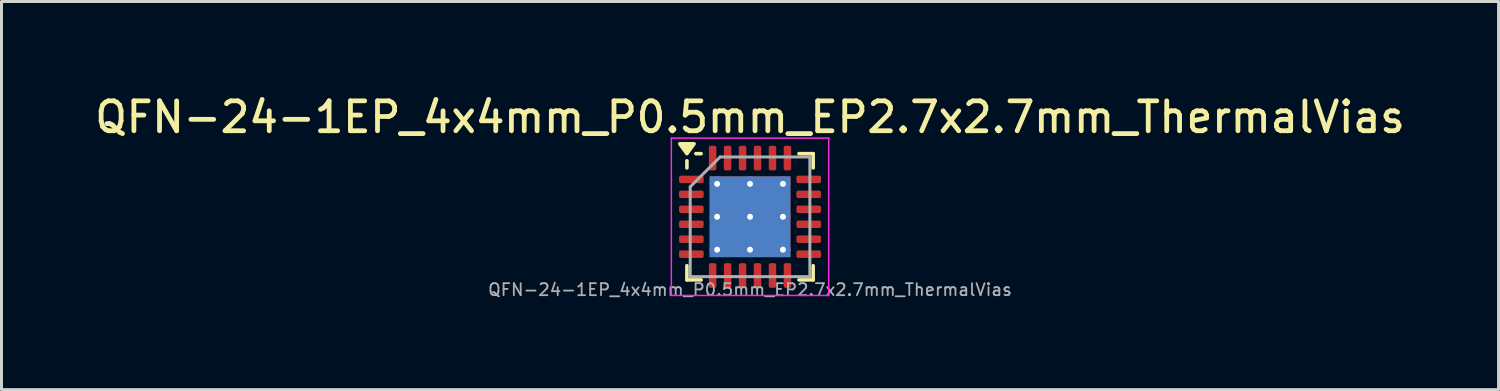
<source format=kicad_pcb>
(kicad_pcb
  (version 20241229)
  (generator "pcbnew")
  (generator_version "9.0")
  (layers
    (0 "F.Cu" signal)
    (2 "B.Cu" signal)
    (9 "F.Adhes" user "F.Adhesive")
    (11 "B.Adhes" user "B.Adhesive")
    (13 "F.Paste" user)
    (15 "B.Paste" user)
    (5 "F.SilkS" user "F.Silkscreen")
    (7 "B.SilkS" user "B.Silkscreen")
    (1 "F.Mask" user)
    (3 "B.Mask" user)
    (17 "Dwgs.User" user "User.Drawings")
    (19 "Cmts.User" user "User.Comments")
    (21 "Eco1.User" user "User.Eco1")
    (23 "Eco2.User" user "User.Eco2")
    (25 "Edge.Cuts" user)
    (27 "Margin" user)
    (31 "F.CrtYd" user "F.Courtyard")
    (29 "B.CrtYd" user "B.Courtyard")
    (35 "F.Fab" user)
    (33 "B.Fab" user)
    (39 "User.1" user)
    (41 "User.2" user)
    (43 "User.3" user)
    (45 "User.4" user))
  (footprint "QFN-24-1EP_4x4mm_P0.5mm_EP2.7x2.7mm_ThermalVias"
    (layer "F.Cu")
    (at 22.021 4.196)
    (property "Reference" "QFN-24-1EP_4x4mm_P0.5mm_EP2.7x2.7mm_ThermalVias" (at 0 -3.33 0) (layer "F.SilkS") (effects (font (size 1 1) (thickness 0.16))))
    (attr smd)
    (fp_line (start -2.11 -1.635) (end -2.11 -1.87) (stroke (width 0.12) (type solid)) (layer "F.SilkS"))
    (fp_line (start -2.11 2.11) (end -2.11 1.635) (stroke (width 0.12) (type solid)) (layer "F.SilkS"))
    (fp_line (start -1.635 -2.11) (end -1.81 -2.11) (stroke (width 0.12) (type solid)) (layer "F.SilkS"))
    (fp_line (start -1.635 2.11) (end -2.11 2.11) (stroke (width 0.12) (type solid)) (layer "F.SilkS"))
    (fp_line (start 1.635 -2.11) (end 2.11 -2.11) (stroke (width 0.12) (type solid)) (layer "F.SilkS"))
    (fp_line (start 1.635 2.11) (end 2.11 2.11) (stroke (width 0.12) (type solid)) (layer "F.SilkS"))
    (fp_line (start 2.11 -2.11) (end 2.11 -1.635) (stroke (width 0.12) (type solid)) (layer "F.SilkS"))
    (fp_line (start 2.11 2.11) (end 2.11 1.635) (stroke (width 0.12) (type solid)) (layer "F.SilkS"))
    (fp_poly (pts (xy -2.11 -2.11) (xy -2.35 -2.44) (xy -1.87 -2.44) (xy -2.11 -2.11)) (stroke (width 0.12) (type solid)) (fill yes) (layer "F.SilkS"))
    (fp_line (start -2.63 -2.63) (end -2.63 2.63) (stroke (width 0.05) (type solid)) (layer "F.CrtYd"))
    (fp_line (start -2.63 2.63) (end 2.63 2.63) (stroke (width 0.05) (type solid)) (layer "F.CrtYd"))
    (fp_line (start 2.63 -2.63) (end -2.63 -2.63) (stroke (width 0.05) (type solid)) (layer "F.CrtYd"))
    (fp_line (start 2.63 2.63) (end 2.63 -2.63) (stroke (width 0.05) (type solid)) (layer "F.CrtYd"))
    (fp_line (start -2 -1) (end -1 -2) (stroke (width 0.1) (type solid)) (layer "F.Fab"))
    (fp_line (start -2 2) (end -2 -1) (stroke (width 0.1) (type solid)) (layer "F.Fab"))
    (fp_line (start -1 -2) (end 2 -2) (stroke (width 0.1) (type solid)) (layer "F.Fab"))
    (fp_line (start 2 -2) (end 2 2) (stroke (width 0.1) (type solid)) (layer "F.Fab"))
    (fp_line (start 2 2) (end -2 2) (stroke (width 0.1) (type solid)) (layer "F.Fab"))
    (fp_text user "${REFERENCE}" (at 0 2.438 0) (layer "F.Fab") (effects (font (size 0.4 0.4) (thickness 0.06))))
    (pad "" smd roundrect (at -0.675 -0.675) (size 1.17 1.17) (layers "F.Paste") (roundrect_rratio 0.214))
    (pad "" smd roundrect (at -0.675 0.675) (size 1.17 1.17) (layers "F.Paste") (roundrect_rratio 0.214))
    (pad "" smd roundrect (at 0.675 -0.675) (size 1.17 1.17) (layers "F.Paste") (roundrect_rratio 0.214))
    (pad "" smd roundrect (at 0.675 0.675) (size 1.17 1.17) (layers "F.Paste") (roundrect_rratio 0.214))
    (pad "1" smd roundrect (at -1.962 -1.25) (size 0.825 0.25) (layers "F.Cu" "F.Mask" "F.Paste") (roundrect_rratio 0.25))
    (pad "2" smd roundrect (at -1.962 -0.75) (size 0.825 0.25) (layers "F.Cu" "F.Mask" "F.Paste") (roundrect_rratio 0.25))
    (pad "3" smd roundrect (at -1.962 -0.25) (size 0.825 0.25) (layers "F.Cu" "F.Mask" "F.Paste") (roundrect_rratio 0.25))
    (pad "4" smd roundrect (at -1.962 0.25) (size 0.825 0.25) (layers "F.Cu" "F.Mask" "F.Paste") (roundrect_rratio 0.25))
    (pad "5" smd roundrect (at -1.962 0.75) (size 0.825 0.25) (layers "F.Cu" "F.Mask" "F.Paste") (roundrect_rratio 0.25))
    (pad "6" smd roundrect (at -1.962 1.25) (size 0.825 0.25) (layers "F.Cu" "F.Mask" "F.Paste") (roundrect_rratio 0.25))
    (pad "7" smd roundrect (at -1.25 1.962) (size 0.25 0.825) (layers "F.Cu" "F.Mask" "F.Paste") (roundrect_rratio 0.25))
    (pad "8" smd roundrect (at -0.75 1.962) (size 0.25 0.825) (layers "F.Cu" "F.Mask" "F.Paste") (roundrect_rratio 0.25))
    (pad "9" smd roundrect (at -0.25 1.962) (size 0.25 0.825) (layers "F.Cu" "F.Mask" "F.Paste") (roundrect_rratio 0.25))
    (pad "10" smd roundrect (at 0.25 1.962) (size 0.25 0.825) (layers "F.Cu" "F.Mask" "F.Paste") (roundrect_rratio 0.25))
    (pad "11" smd roundrect (at 0.75 1.962) (size 0.25 0.825) (layers "F.Cu" "F.Mask" "F.Paste") (roundrect_rratio 0.25))
    (pad "12" smd roundrect (at 1.25 1.962) (size 0.25 0.825) (layers "F.Cu" "F.Mask" "F.Paste") (roundrect_rratio 0.25))
    (pad "13" smd roundrect (at 1.962 1.25) (size 0.825 0.25) (layers "F.Cu" "F.Mask" "F.Paste") (roundrect_rratio 0.25))
    (pad "14" smd roundrect (at 1.962 0.75) (size 0.825 0.25) (layers "F.Cu" "F.Mask" "F.Paste") (roundrect_rratio 0.25))
    (pad "15" smd roundrect (at 1.962 0.25) (size 0.825 0.25) (layers "F.Cu" "F.Mask" "F.Paste") (roundrect_rratio 0.25))
    (pad "16" smd roundrect (at 1.962 -0.25) (size 0.825 0.25) (layers "F.Cu" "F.Mask" "F.Paste") (roundrect_rratio 0.25))
    (pad "17" smd roundrect (at 1.962 -0.75) (size 0.825 0.25) (layers "F.Cu" "F.Mask" "F.Paste") (roundrect_rratio 0.25))
    (pad "18" smd roundrect (at 1.962 -1.25) (size 0.825 0.25) (layers "F.Cu" "F.Mask" "F.Paste") (roundrect_rratio 0.25))
    (pad "19" smd roundrect (at 1.25 -1.962) (size 0.25 0.825) (layers "F.Cu" "F.Mask" "F.Paste") (roundrect_rratio 0.25))
    (pad "20" smd roundrect (at 0.75 -1.962) (size 0.25 0.825) (layers "F.Cu" "F.Mask" "F.Paste") (roundrect_rratio 0.25))
    (pad "21" smd roundrect (at 0.25 -1.962) (size 0.25 0.825) (layers "F.Cu" "F.Mask" "F.Paste") (roundrect_rratio 0.25))
    (pad "22" smd roundrect (at -0.25 -1.962) (size 0.25 0.825) (layers "F.Cu" "F.Mask" "F.Paste") (roundrect_rratio 0.25))
    (pad "23" smd roundrect (at -0.75 -1.962) (size 0.25 0.825) (layers "F.Cu" "F.Mask" "F.Paste") (roundrect_rratio 0.25))
    (pad "24" smd roundrect (at -1.25 -1.962) (size 0.25 0.825) (layers "F.Cu" "F.Mask" "F.Paste") (roundrect_rratio 0.25))
    (pad "25" thru_hole circle (at -1.1 -1.1) (size 0.5 0.5) (drill 0.2) (property pad_prop_heatsink) (layers "*.Cu"))
    (pad "25" thru_hole circle (at -1.1 0) (size 0.5 0.5) (drill 0.2) (property pad_prop_heatsink) (layers "*.Cu"))
    (pad "25" thru_hole circle (at -1.1 1.1) (size 0.5 0.5) (drill 0.2) (property pad_prop_heatsink) (layers "*.Cu"))
    (pad "25" thru_hole circle (at 0 -1.1) (size 0.5 0.5) (drill 0.2) (property pad_prop_heatsink) (layers "*.Cu"))
    (pad "25" thru_hole circle (at 0 0) (size 0.5 0.5) (drill 0.2) (property pad_prop_heatsink) (layers "*.Cu"))
    (pad "25" smd rect (at 0 0) (size 2.7 2.7) (property pad_prop_heatsink) (layers "F.Cu" "F.Mask"))
    (pad "25" smd rect (at 0 0) (size 2.7 2.7) (property pad_prop_heatsink) (layers "B.Cu"))
    (pad "25" thru_hole circle (at 0 1.1) (size 0.5 0.5) (drill 0.2) (property pad_prop_heatsink) (layers "*.Cu"))
    (pad "25" thru_hole circle (at 1.1 -1.1) (size 0.5 0.5) (drill 0.2) (property pad_prop_heatsink) (layers "*.Cu"))
    (pad "25" thru_hole circle (at 1.1 0) (size 0.5 0.5) (drill 0.2) (property pad_prop_heatsink) (layers "*.Cu"))
    (pad "25" thru_hole circle (at 1.1 1.1) (size 0.5 0.5) (drill 0.2) (property pad_prop_heatsink) (layers "*.Cu")))
  (gr_rect
    (start -3 -3)
    (end 47.042 9.973)
    (stroke (width 0.1) (type default))
    (fill no)
    (layer "Edge.Cuts")))
</source>
